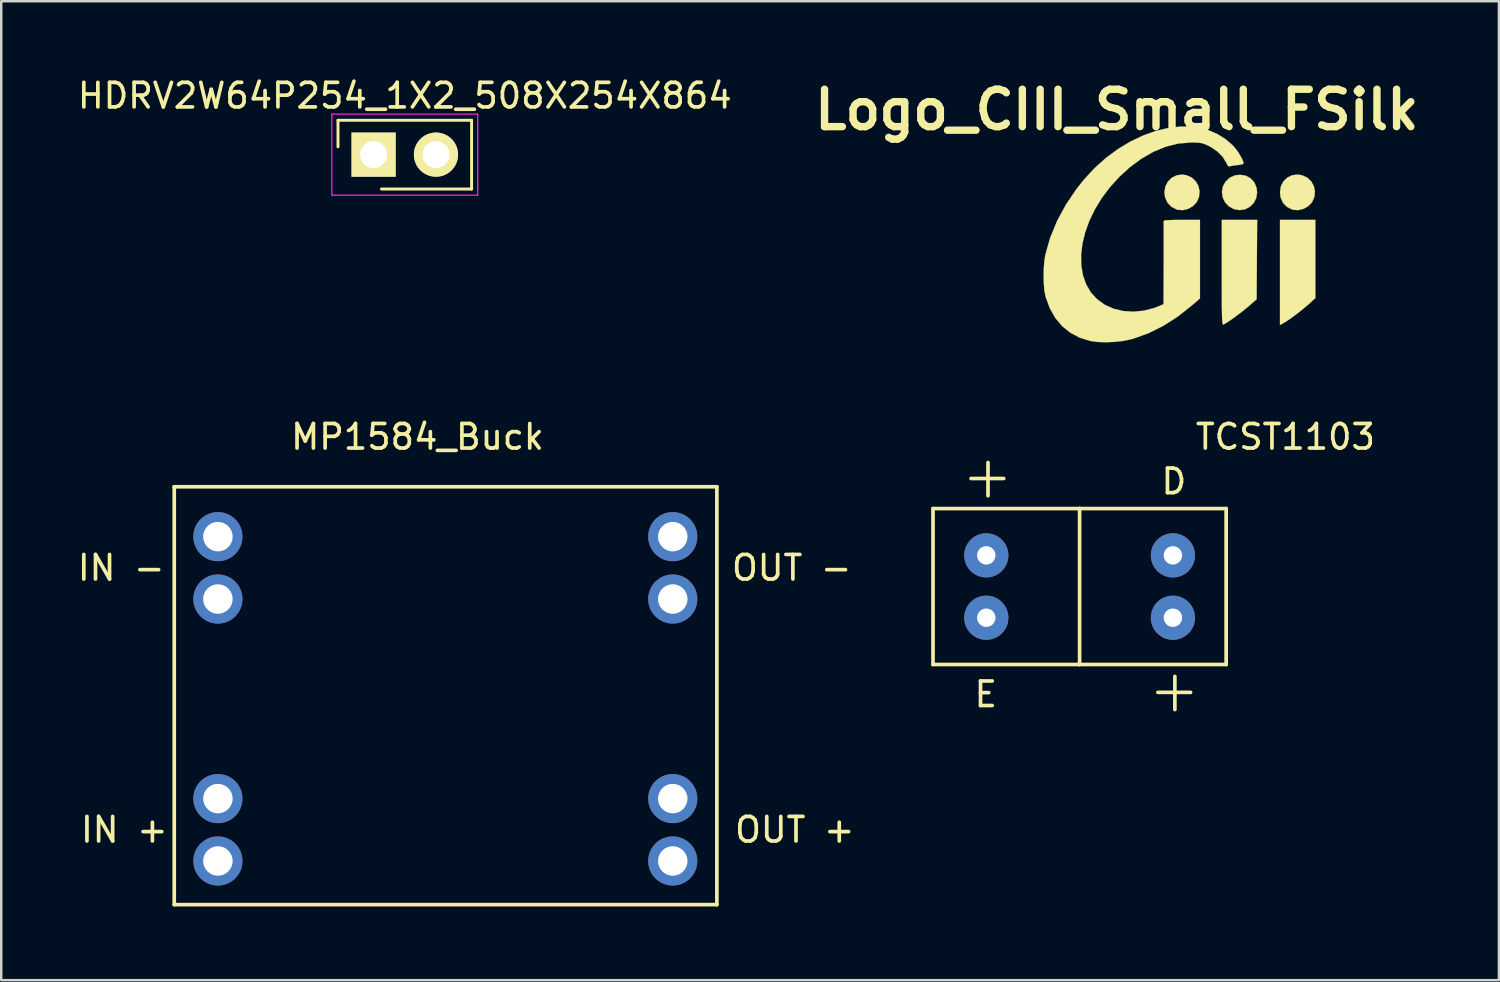
<source format=kicad_pcb>
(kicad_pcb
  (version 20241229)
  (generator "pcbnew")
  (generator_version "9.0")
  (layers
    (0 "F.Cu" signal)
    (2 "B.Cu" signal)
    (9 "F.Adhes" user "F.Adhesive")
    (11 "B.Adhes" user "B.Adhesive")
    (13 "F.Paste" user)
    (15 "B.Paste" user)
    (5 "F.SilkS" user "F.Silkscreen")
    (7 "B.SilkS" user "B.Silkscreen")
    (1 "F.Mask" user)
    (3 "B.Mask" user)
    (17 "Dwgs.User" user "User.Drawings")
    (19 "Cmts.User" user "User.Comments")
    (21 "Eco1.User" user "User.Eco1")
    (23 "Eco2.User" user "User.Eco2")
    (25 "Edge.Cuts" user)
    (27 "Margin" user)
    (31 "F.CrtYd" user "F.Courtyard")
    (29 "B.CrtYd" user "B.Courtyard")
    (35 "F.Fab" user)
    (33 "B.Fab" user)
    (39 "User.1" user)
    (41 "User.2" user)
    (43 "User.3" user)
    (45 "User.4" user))
  (footprint "Logo_CIII_Small_FSilk"
    (layer "F.Cu")
    (at 44.971 6.498)
    (property "Reference" "Logo_CIII_Small_FSilk" (at -2.54 -5.08 0) (layer "F.SilkS") (effects (font (size 1.524 1.524) (thickness 0.3))))
    (attr through_hole)
    (fp_poly (pts (xy 5.546 2.589) (xy 5.308 2.808) (xy 5.122 2.97) (xy 4.908 3.144) (xy 4.687 3.314) (xy 4.48 3.462) (xy 4.309 3.574) (xy 4.274 3.594) (xy 4.106 3.688) (xy 4.106 -0.593) (xy 5.546 -0.593) (xy 5.546 2.589)) (stroke (width 0.01) (type solid)) (fill yes) (layer "F.SilkS"))
    (fp_poly (pts (xy 2.713 -2.393) (xy 2.91 -2.286) (xy 3.06 -2.121) (xy 3.151 -1.909) (xy 3.175 -1.714) (xy 3.138 -1.479) (xy 3.034 -1.279) (xy 2.878 -1.125) (xy 2.684 -1.025) (xy 2.464 -0.991) (xy 2.232 -1.031) (xy 2.223 -1.035) (xy 2.017 -1.15) (xy 1.865 -1.315) (xy 1.772 -1.515) (xy 1.742 -1.733) (xy 1.781 -1.952) (xy 1.884 -2.142) (xy 2.059 -2.311) (xy 2.271 -2.406) (xy 2.478 -2.43) (xy 2.713 -2.393)) (stroke (width 0.01) (type solid)) (fill yes) (layer "F.SilkS"))
    (fp_poly (pts (xy 0.301 -2.412) (xy 0.515 -2.315) (xy 0.678 -2.161) (xy 0.786 -1.968) (xy 0.831 -1.752) (xy 0.808 -1.528) (xy 0.711 -1.313) (xy 0.708 -1.309) (xy 0.555 -1.15) (xy 0.358 -1.04) (xy 0.141 -0.99) (xy -0.072 -1.007) (xy -0.093 -1.014) (xy -0.312 -1.124) (xy -0.474 -1.293) (xy -0.573 -1.509) (xy -0.6 -1.714) (xy -0.562 -1.954) (xy -0.458 -2.155) (xy -0.3 -2.31) (xy -0.101 -2.408) (xy 0.125 -2.438) (xy 0.301 -2.412)) (stroke (width 0.01) (type solid)) (fill yes) (layer "F.SilkS"))
    (fp_poly (pts (xy 5 -2.412) (xy 5.214 -2.315) (xy 5.377 -2.161) (xy 5.485 -1.968) (xy 5.53 -1.752) (xy 5.507 -1.528) (xy 5.41 -1.313) (xy 5.407 -1.309) (xy 5.254 -1.15) (xy 5.057 -1.04) (xy 4.84 -0.99) (xy 4.627 -1.007) (xy 4.606 -1.014) (xy 4.386 -1.124) (xy 4.226 -1.291) (xy 4.131 -1.507) (xy 4.106 -1.714) (xy 4.143 -1.957) (xy 4.246 -2.161) (xy 4.403 -2.315) (xy 4.601 -2.411) (xy 4.828 -2.438) (xy 5 -2.412)) (stroke (width 0.01) (type solid)) (fill yes) (layer "F.SilkS"))
    (fp_poly (pts (xy 3.165 1.024) (xy 3.154 2.641) (xy 2.831 2.92) (xy 2.666 3.058) (xy 2.479 3.205) (xy 2.286 3.349) (xy 2.103 3.48) (xy 1.947 3.584) (xy 1.834 3.652) (xy 1.803 3.666) (xy 1.788 3.666) (xy 1.775 3.649) (xy 1.765 3.607) (xy 1.756 3.535) (xy 1.749 3.425) (xy 1.744 3.272) (xy 1.741 3.067) (xy 1.738 2.806) (xy 1.737 2.481) (xy 1.736 2.085) (xy 1.736 1.611) (xy 1.736 1.55) (xy 1.736 -0.593) (xy 3.176 -0.593) (xy 3.165 1.024)) (stroke (width 0.01) (type solid)) (fill yes) (layer "F.SilkS"))
    (fp_poly (pts (xy 0.562 -4.382) (xy 1.026 -4.297) (xy 1.192 -4.246) (xy 1.558 -4.087) (xy 1.894 -3.877) (xy 2.178 -3.631) (xy 2.294 -3.5) (xy 2.41 -3.34) (xy 2.511 -3.173) (xy 2.586 -3.023) (xy 2.622 -2.912) (xy 2.624 -2.894) (xy 2.585 -2.864) (xy 2.481 -2.838) (xy 2.381 -2.826) (xy 2.235 -2.81) (xy 2.116 -2.789) (xy 2.067 -2.775) (xy 2.015 -2.775) (xy 1.965 -2.83) (xy 1.913 -2.935) (xy 1.767 -3.169) (xy 1.553 -3.384) (xy 1.287 -3.564) (xy 1.192 -3.613) (xy 1.057 -3.674) (xy 0.944 -3.713) (xy 0.828 -3.734) (xy 0.681 -3.744) (xy 0.478 -3.745) (xy 0.466 -3.745) (xy -0.037 -3.702) (xy -0.542 -3.576) (xy -1.045 -3.37) (xy -1.54 -3.085) (xy -2.024 -2.725) (xy -2.438 -2.346) (xy -2.823 -1.922) (xy -3.157 -1.476) (xy -3.436 -1.017) (xy -3.661 -0.55) (xy -3.829 -0.082) (xy -3.941 0.38) (xy -3.994 0.829) (xy -3.987 1.258) (xy -3.919 1.661) (xy -3.789 2.031) (xy -3.596 2.361) (xy -3.347 2.635) (xy -3.034 2.861) (xy -2.676 3.023) (xy -2.284 3.118) (xy -1.87 3.146) (xy -1.444 3.106) (xy -1.019 2.996) (xy -0.828 2.922) (xy -0.635 2.839) (xy -0.63 1.176) (xy -0.629 0.808) (xy -0.629 0.465) (xy -0.628 0.157) (xy -0.629 -0.106) (xy -0.629 -0.315) (xy -0.63 -0.461) (xy -0.631 -0.534) (xy -0.632 -0.54) (xy -0.615 -0.56) (xy -0.551 -0.574) (xy -0.432 -0.584) (xy -0.249 -0.59) (xy 0.007 -0.593) (xy 0.104 -0.593) (xy 0.847 -0.593) (xy 0.847 2.604) (xy 0.505 2.9) (xy -0.062 3.347) (xy -0.648 3.721) (xy -1.245 4.019) (xy -1.847 4.237) (xy -1.997 4.279) (xy -2.301 4.339) (xy -2.644 4.376) (xy -2.996 4.39) (xy -3.327 4.378) (xy -3.609 4.339) (xy -3.619 4.337) (xy -4.05 4.204) (xy -4.433 4.001) (xy -4.765 3.733) (xy -5.044 3.4) (xy -5.268 3.006) (xy -5.434 2.552) (xy -5.449 2.498) (xy -5.488 2.281) (xy -5.512 2.007) (xy -5.521 1.7) (xy -5.513 1.385) (xy -5.49 1.089) (xy -5.451 0.835) (xy -5.445 0.808) (xy -5.248 0.122) (xy -4.969 -0.555) (xy -4.609 -1.218) (xy -4.172 -1.863) (xy -3.873 -2.238) (xy -3.447 -2.7) (xy -2.987 -3.112) (xy -2.5 -3.473) (xy -1.994 -3.778) (xy -1.476 -4.026) (xy -0.954 -4.214) (xy -0.436 -4.338) (xy 0.072 -4.395) (xy 0.562 -4.382)) (stroke (width 0.01) (type solid)) (fill yes) (layer "F.SilkS")))
  (footprint "MP1584_Buck"
    (layer "F.Cu")
    (at 5.824 29.473)
    (property "Reference" "MP1584_Buck" (at 8.128 -14.732 0) (layer "F.SilkS") (effects (font (size 1 1) (thickness 0.15))))
    (attr through_hole)
    (fp_line (start -1.778 -12.7) (end -1.778 4.318) (stroke (width 0.15) (type solid)) (layer "F.SilkS"))
    (fp_line (start 20.32 -12.7) (end -1.778 -12.7) (stroke (width 0.15) (type solid)) (layer "F.SilkS"))
    (fp_line (start 20.32 4.318) (end -1.778 4.318) (stroke (width 0.15) (type solid)) (layer "F.SilkS"))
    (fp_line (start 20.32 4.318) (end 20.32 -12.7) (stroke (width 0.15) (type solid)) (layer "F.SilkS"))
    (fp_text user "IN +" (at -3.81 1.27 0) (layer "F.SilkS") (effects (font (size 1 1) (thickness 0.15))))
    (fp_text user "IN -" (at -3.937 -9.398 0) (layer "F.SilkS") (effects (font (size 1 1) (thickness 0.15))))
    (fp_text user "OUT -" (at 23.368 -9.398 0) (layer "F.SilkS") (effects (font (size 1 1) (thickness 0.15))))
    (fp_text user "OUT +" (at 23.495 1.27 0) (layer "F.SilkS") (effects (font (size 1 1) (thickness 0.15))))
    (pad "1" thru_hole circle (at 0 2.54) (size 2 2) (drill 1.2) (layers "*.Cu" "*.Mask"))
    (pad "2" thru_hole circle (at 0 0) (size 2 2) (drill 1.2) (layers "*.Cu" "*.Mask"))
    (pad "3" thru_hole circle (at 0 -8.128) (size 2 2) (drill 1.2) (layers "*.Cu" "*.Mask"))
    (pad "4" thru_hole circle (at 0 -10.668) (size 2 2) (drill 1.2) (layers "*.Cu" "*.Mask"))
    (pad "5" thru_hole circle (at 18.524 2.54) (size 2 2) (drill 1.2) (layers "*.Cu" "*.Mask"))
    (pad "6" thru_hole circle (at 18.524 0) (size 2 2) (drill 1.2) (layers "*.Cu" "*.Mask"))
    (pad "7" thru_hole circle (at 18.524 -8.128) (size 2 2) (drill 1.2) (layers "*.Cu" "*.Mask"))
    (pad "8" thru_hole circle (at 18.524 -10.668) (size 2 2) (drill 1.2) (layers "*.Cu" "*.Mask")))
  (footprint "HDRV2W64P254_1X2_508X254X864"
    (layer "F.Cu")
    (at 13.435 3.248)
    (property "Reference" "HDRV2W64P254_1X2_508X254X864" (at 0 -2.4 0) (layer "F.SilkS") (effects (font (size 1 1) (thickness 0.15))))
    (attr through_hole)
    (fp_line (start -2.72 -1.4) (end -2.72 -0.32) (stroke (width 0.12) (type solid)) (layer "F.SilkS"))
    (fp_line (start -2.72 -1.4) (end 2.72 -1.4) (stroke (width 0.12) (type solid)) (layer "F.SilkS"))
    (fp_line (start -0.95 1.4) (end 2.72 1.4) (stroke (width 0.12) (type solid)) (layer "F.SilkS"))
    (fp_line (start 2.72 -1.4) (end 2.72 1.4) (stroke (width 0.12) (type solid)) (layer "F.SilkS"))
    (fp_line (start -2.97 -1.65) (end -2.97 1.65) (stroke (width 0.05) (type solid)) (layer "F.CrtYd"))
    (fp_line (start -2.97 -1.65) (end 2.97 -1.65) (stroke (width 0.05) (type solid)) (layer "F.CrtYd"))
    (fp_line (start -2.97 1.65) (end 2.97 1.65) (stroke (width 0.05) (type solid)) (layer "F.CrtYd"))
    (fp_line (start 2.97 -1.65) (end 2.97 1.65) (stroke (width 0.05) (type solid)) (layer "F.CrtYd"))
    (pad "1" thru_hole rect (at -1.27 0) (size 1.8 1.8) (drill 1.1) (layers "*.Cu" "*.Mask" "F.SilkS"))
    (pad "2" thru_hole circle (at 1.27 0) (size 1.8 1.8) (drill 1.1) (layers "*.Cu" "*.Mask" "F.SilkS")))
  (footprint "TCST1103"
    (layer "F.Cu")
    (at 40.916 20.837)
    (property "Reference" "TCST1103" (at 8.382 -6.096 0) (layer "F.SilkS") (effects (font (size 1 1) (thickness 0.15))))
    (attr through_hole)
    (fp_line (start -5.969 -3.175) (end -5.969 3.175) (stroke (width 0.15) (type solid)) (layer "F.SilkS"))
    (fp_line (start -5.969 -3.175) (end 0 -3.175) (stroke (width 0.15) (type solid)) (layer "F.SilkS"))
    (fp_line (start -5.969 3.175) (end 0 3.175) (stroke (width 0.15) (type solid)) (layer "F.SilkS"))
    (fp_line (start -4.42 -4.4) (end -3.09 -4.4) (stroke (width 0.15) (type solid)) (layer "F.SilkS"))
    (fp_line (start -3.73 -3.7) (end -3.73 -5.05) (stroke (width 0.15) (type solid)) (layer "F.SilkS"))
    (fp_line (start 0 -3.175) (end 0 3.175) (stroke (width 0.15) (type solid)) (layer "F.SilkS"))
    (fp_line (start 0 -3.175) (end 5.969 -3.175) (stroke (width 0.15) (type solid)) (layer "F.SilkS"))
    (fp_line (start 0 3.175) (end 5.969 3.175) (stroke (width 0.15) (type solid)) (layer "F.SilkS"))
    (fp_line (start 3.19 4.31) (end 4.52 4.31) (stroke (width 0.15) (type solid)) (layer "F.SilkS"))
    (fp_line (start 3.88 5.01) (end 3.88 3.66) (stroke (width 0.15) (type solid)) (layer "F.SilkS"))
    (fp_line (start 5.969 -3.175) (end 5.969 3.175) (stroke (width 0.15) (type solid)) (layer "F.SilkS"))
    (fp_text user "E" (at -3.82 4.39 0) (layer "F.SilkS") (effects (font (size 1 1) (thickness 0.15))))
    (fp_text user "D" (at 3.84 -4.28 0) (layer "F.SilkS") (effects (font (size 1 1) (thickness 0.15))))
    (pad "1" thru_hole circle (at -3.8 -1.27 180) (size 1.8 1.8) (drill 0.75) (layers "*.Cu" "*.Mask" "F.Paste"))
    (pad "2" thru_hole circle (at -3.8 1.27 180) (size 1.8 1.8) (drill 0.75) (layers "*.Cu" "*.Mask" "F.Paste"))
    (pad "3" thru_hole circle (at 3.8 1.27 180) (size 1.8 1.8) (drill 0.75) (layers "*.Cu" "*.Mask" "F.Paste"))
    (pad "4" thru_hole circle (at 3.8 -1.27 180) (size 1.8 1.8) (drill 0.75) (layers "*.Cu" "*.Mask" "F.Paste")))
  (gr_rect
    (start -3 -3)
    (end 57.993 36.866)
    (stroke (width 0.1) (type default))
    (fill no)
    (layer "Edge.Cuts")))
</source>
